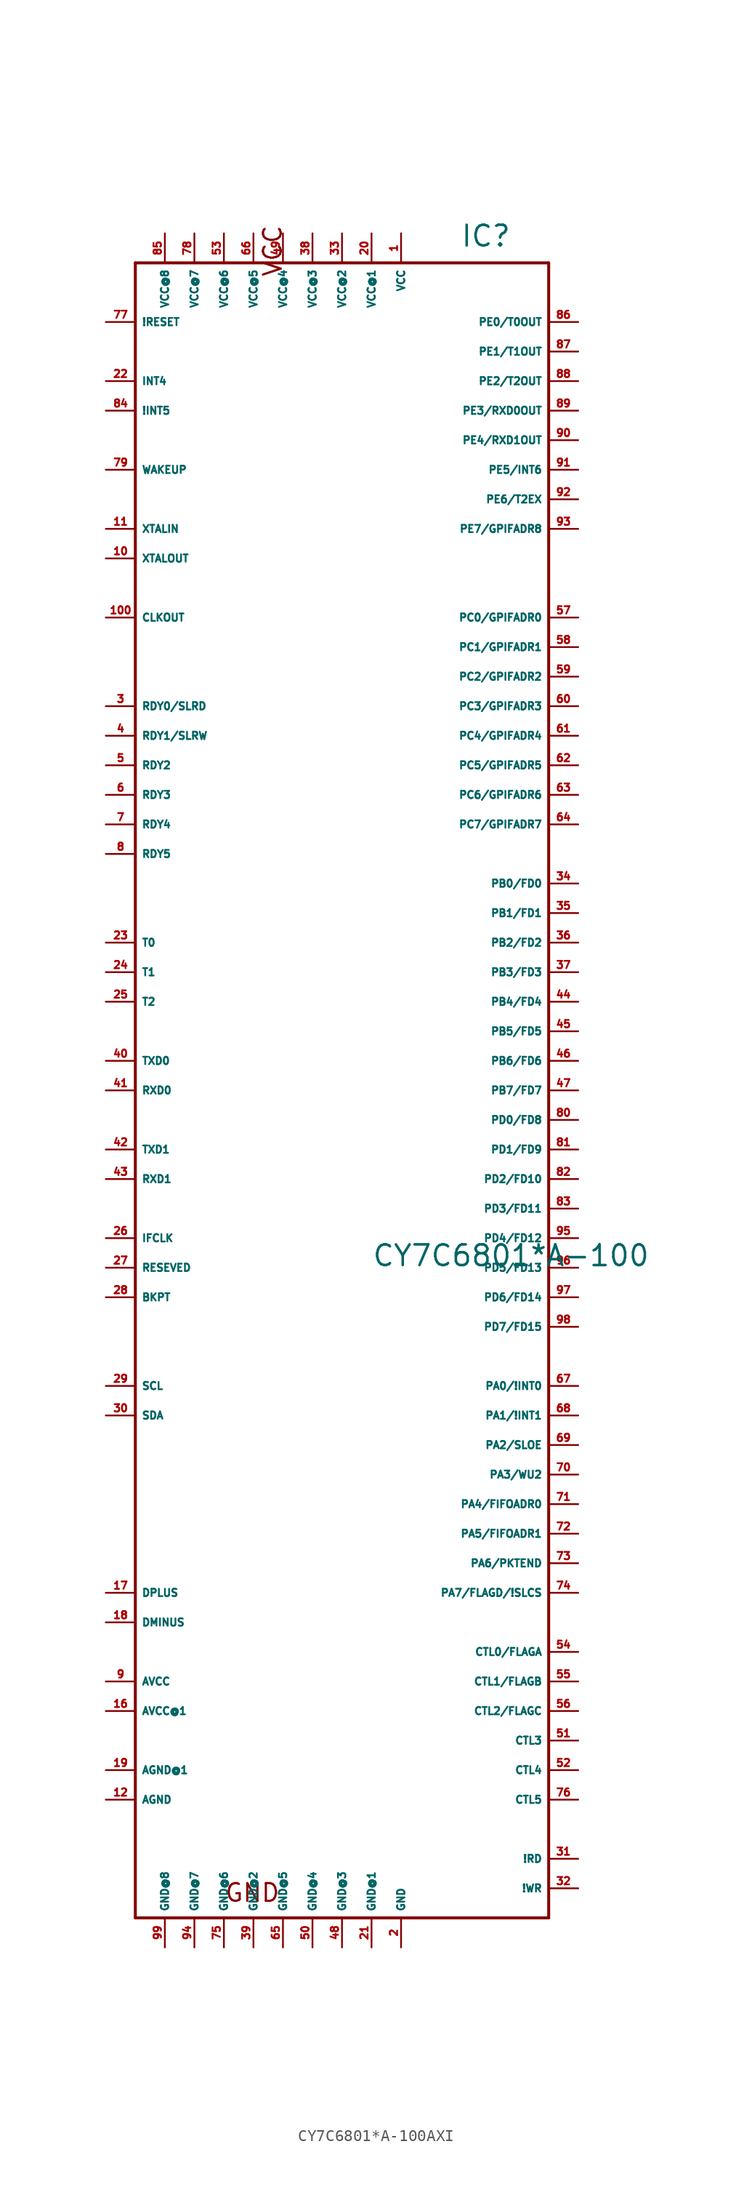
<source format=kicad_sym>
(kicad_symbol_lib
  (version 20220914)
  (generator Eagle2Kicad)
  (symbol "CY7C6801*A-100AXI"
    (property "Reference" "IC"
      (at 10.16 64.77 0)
      (effects (font (size 1.778 1.778) (thickness 0.22)) (justify left bottom)))
    (property "Value" "CY7C6801*A-100"
      (at 2.54 -22.86 0)
      (effects (font (size 1.778 1.778) (thickness 0.22)) (justify left bottom)))
    (polyline
      (pts (xy -17.78 63.5) (xy 17.78 63.5))
      (stroke (width 0.254) (type default))
      (fill (type none)))
    (polyline
      (pts (xy 17.78 63.5) (xy 17.78 -78.74))
      (stroke (width 0.254) (type default))
      (fill (type none)))
    (polyline
      (pts (xy 17.78 -78.74) (xy -17.78 -78.74))
      (stroke (width 0.254) (type default))
      (fill (type none)))
    (polyline
      (pts (xy -17.78 -78.74) (xy -17.78 63.5))
      (stroke (width 0.254) (type default))
      (fill (type none)))
    (text "GND"
      (at -10.16 -77.47 0)
      (effects (font (size 1.524 1.524) (thickness 0.19)) (justify left bottom)))
    (text "VCC"
      (at -5.08 62.23 1800)
      (effects (font (size 1.524 1.524) (thickness 0.19)) (justify left bottom)))
    (pin input line
      (at -20.32 33.02 0)
      (length 2.54)
      (name "CLKOUT" (effects (font (size 0.635 0.635) (thickness 0.08)) (justify left bottom)))
      (number "100" (effects (font (size 0.635 0.635) (thickness 0.08)) (justify left bottom))))
    (pin input line
      (at 5.08 66.04 270)
      (length 2.54)
      (name "VCC" (effects (font (size 0.635 0.635) (thickness 0.08)) (justify left bottom)))
      (number "1" (effects (font (size 0.635 0.635) (thickness 0.08)) (justify left bottom))))
    (pin input line
      (at 5.08 -81.28 90)
      (length 2.54)
      (name "GND" (effects (font (size 0.635 0.635) (thickness 0.08)) (justify left bottom)))
      (number "2" (effects (font (size 0.635 0.635) (thickness 0.08)) (justify left bottom))))
    (pin input line
      (at -20.32 25.4 0)
      (length 2.54)
      (name "RDY0/SLRD" (effects (font (size 0.635 0.635) (thickness 0.08)) (justify left bottom)))
      (number "3" (effects (font (size 0.635 0.635) (thickness 0.08)) (justify left bottom))))
    (pin input line
      (at -20.32 22.86 0)
      (length 2.54)
      (name "RDY1/SLRW" (effects (font (size 0.635 0.635) (thickness 0.08)) (justify left bottom)))
      (number "4" (effects (font (size 0.635 0.635) (thickness 0.08)) (justify left bottom))))
    (pin input line
      (at -20.32 20.32 0)
      (length 2.54)
      (name "RDY2" (effects (font (size 0.635 0.635) (thickness 0.08)) (justify left bottom)))
      (number "5" (effects (font (size 0.635 0.635) (thickness 0.08)) (justify left bottom))))
    (pin input line
      (at -20.32 17.78 0)
      (length 2.54)
      (name "RDY3" (effects (font (size 0.635 0.635) (thickness 0.08)) (justify left bottom)))
      (number "6" (effects (font (size 0.635 0.635) (thickness 0.08)) (justify left bottom))))
    (pin input line
      (at -20.32 15.24 0)
      (length 2.54)
      (name "RDY4" (effects (font (size 0.635 0.635) (thickness 0.08)) (justify left bottom)))
      (number "7" (effects (font (size 0.635 0.635) (thickness 0.08)) (justify left bottom))))
    (pin input line
      (at -20.32 12.7 0)
      (length 2.54)
      (name "RDY5" (effects (font (size 0.635 0.635) (thickness 0.08)) (justify left bottom)))
      (number "8" (effects (font (size 0.635 0.635) (thickness 0.08)) (justify left bottom))))
    (pin input line
      (at -20.32 -58.42 0)
      (length 2.54)
      (name "AVCC" (effects (font (size 0.635 0.635) (thickness 0.08)) (justify left bottom)))
      (number "9" (effects (font (size 0.635 0.635) (thickness 0.08)) (justify left bottom))))
    (pin input line
      (at -20.32 38.1 0)
      (length 2.54)
      (name "XTALOUT" (effects (font (size 0.635 0.635) (thickness 0.08)) (justify left bottom)))
      (number "10" (effects (font (size 0.635 0.635) (thickness 0.08)) (justify left bottom))))
    (pin input line
      (at -20.32 40.64 0)
      (length 2.54)
      (name "XTALIN" (effects (font (size 0.635 0.635) (thickness 0.08)) (justify left bottom)))
      (number "11" (effects (font (size 0.635 0.635) (thickness 0.08)) (justify left bottom))))
    (pin input line
      (at -20.32 -68.58 0)
      (length 2.54)
      (name "AGND" (effects (font (size 0.635 0.635) (thickness 0.08)) (justify left bottom)))
      (number "12" (effects (font (size 0.635 0.635) (thickness 0.08)) (justify left bottom))))
    (pin input line
      (at -20.32 -60.96 0)
      (length 2.54)
      (name "AVCC@1" (effects (font (size 0.635 0.635) (thickness 0.08)) (justify left bottom)))
      (number "16" (effects (font (size 0.635 0.635) (thickness 0.08)) (justify left bottom))))
    (pin bidirectional line
      (at -20.32 -50.8 0)
      (length 2.54)
      (name "DPLUS" (effects (font (size 0.635 0.635) (thickness 0.08)) (justify left bottom)))
      (number "17" (effects (font (size 0.635 0.635) (thickness 0.08)) (justify left bottom))))
    (pin bidirectional line
      (at -20.32 -53.34 0)
      (length 2.54)
      (name "DMINUS" (effects (font (size 0.635 0.635) (thickness 0.08)) (justify left bottom)))
      (number "18" (effects (font (size 0.635 0.635) (thickness 0.08)) (justify left bottom))))
    (pin input line
      (at -20.32 -66.04 0)
      (length 2.54)
      (name "AGND@1" (effects (font (size 0.635 0.635) (thickness 0.08)) (justify left bottom)))
      (number "19" (effects (font (size 0.635 0.635) (thickness 0.08)) (justify left bottom))))
    (pin input line
      (at 2.54 66.04 270)
      (length 2.54)
      (name "VCC@1" (effects (font (size 0.635 0.635) (thickness 0.08)) (justify left bottom)))
      (number "20" (effects (font (size 0.635 0.635) (thickness 0.08)) (justify left bottom))))
    (pin input line
      (at 2.54 -81.28 90)
      (length 2.54)
      (name "GND@1" (effects (font (size 0.635 0.635) (thickness 0.08)) (justify left bottom)))
      (number "21" (effects (font (size 0.635 0.635) (thickness 0.08)) (justify left bottom))))
    (pin output line
      (at -20.32 53.34 0)
      (length 2.54)
      (name "INT4" (effects (font (size 0.635 0.635) (thickness 0.08)) (justify left bottom)))
      (number "22" (effects (font (size 0.635 0.635) (thickness 0.08)) (justify left bottom))))
    (pin output line
      (at -20.32 5.08 0)
      (length 2.54)
      (name "T0" (effects (font (size 0.635 0.635) (thickness 0.08)) (justify left bottom)))
      (number "23" (effects (font (size 0.635 0.635) (thickness 0.08)) (justify left bottom))))
    (pin output line
      (at -20.32 2.54 0)
      (length 2.54)
      (name "T1" (effects (font (size 0.635 0.635) (thickness 0.08)) (justify left bottom)))
      (number "24" (effects (font (size 0.635 0.635) (thickness 0.08)) (justify left bottom))))
    (pin output line
      (at -20.32 0 0)
      (length 2.54)
      (name "T2" (effects (font (size 0.635 0.635) (thickness 0.08)) (justify left bottom)))
      (number "25" (effects (font (size 0.635 0.635) (thickness 0.08)) (justify left bottom))))
    (pin bidirectional line
      (at -20.32 -20.32 0)
      (length 2.54)
      (name "IFCLK" (effects (font (size 0.635 0.635) (thickness 0.08)) (justify left bottom)))
      (number "26" (effects (font (size 0.635 0.635) (thickness 0.08)) (justify left bottom))))
    (pin input line
      (at -20.32 -22.86 0)
      (length 2.54)
      (name "RESEVED" (effects (font (size 0.635 0.635) (thickness 0.08)) (justify left bottom)))
      (number "27" (effects (font (size 0.635 0.635) (thickness 0.08)) (justify left bottom))))
    (pin output line
      (at -20.32 -25.4 0)
      (length 2.54)
      (name "BKPT" (effects (font (size 0.635 0.635) (thickness 0.08)) (justify left bottom)))
      (number "28" (effects (font (size 0.635 0.635) (thickness 0.08)) (justify left bottom))))
    (pin output line
      (at -20.32 -33.02 0)
      (length 2.54)
      (name "SCL" (effects (font (size 0.635 0.635) (thickness 0.08)) (justify left bottom)))
      (number "29" (effects (font (size 0.635 0.635) (thickness 0.08)) (justify left bottom))))
    (pin bidirectional line
      (at -20.32 -35.56 0)
      (length 2.54)
      (name "SDA" (effects (font (size 0.635 0.635) (thickness 0.08)) (justify left bottom)))
      (number "30" (effects (font (size 0.635 0.635) (thickness 0.08)) (justify left bottom))))
    (pin output line
      (at 20.32 -73.66 180)
      (length 2.54)
      (name "!RD" (effects (font (size 0.635 0.635) (thickness 0.08)) (justify left bottom)))
      (number "31" (effects (font (size 0.635 0.635) (thickness 0.08)) (justify left bottom))))
    (pin output line
      (at 20.32 -76.2 180)
      (length 2.54)
      (name "!WR" (effects (font (size 0.635 0.635) (thickness 0.08)) (justify left bottom)))
      (number "32" (effects (font (size 0.635 0.635) (thickness 0.08)) (justify left bottom))))
    (pin input line
      (at 0 66.04 270)
      (length 2.54)
      (name "VCC@2" (effects (font (size 0.635 0.635) (thickness 0.08)) (justify left bottom)))
      (number "33" (effects (font (size 0.635 0.635) (thickness 0.08)) (justify left bottom))))
    (pin bidirectional line
      (at 20.32 10.16 180)
      (length 2.54)
      (name "PB0/FD0" (effects (font (size 0.635 0.635) (thickness 0.08)) (justify left bottom)))
      (number "34" (effects (font (size 0.635 0.635) (thickness 0.08)) (justify left bottom))))
    (pin bidirectional line
      (at 20.32 7.62 180)
      (length 2.54)
      (name "PB1/FD1" (effects (font (size 0.635 0.635) (thickness 0.08)) (justify left bottom)))
      (number "35" (effects (font (size 0.635 0.635) (thickness 0.08)) (justify left bottom))))
    (pin bidirectional line
      (at 20.32 5.08 180)
      (length 2.54)
      (name "PB2/FD2" (effects (font (size 0.635 0.635) (thickness 0.08)) (justify left bottom)))
      (number "36" (effects (font (size 0.635 0.635) (thickness 0.08)) (justify left bottom))))
    (pin bidirectional line
      (at 20.32 2.54 180)
      (length 2.54)
      (name "PB3/FD3" (effects (font (size 0.635 0.635) (thickness 0.08)) (justify left bottom)))
      (number "37" (effects (font (size 0.635 0.635) (thickness 0.08)) (justify left bottom))))
    (pin input line
      (at -2.54 66.04 270)
      (length 2.54)
      (name "VCC@3" (effects (font (size 0.635 0.635) (thickness 0.08)) (justify left bottom)))
      (number "38" (effects (font (size 0.635 0.635) (thickness 0.08)) (justify left bottom))))
    (pin input line
      (at 0 -81.28 90)
      (length 2.54)
      (name "GND@3" (effects (font (size 0.635 0.635) (thickness 0.08)) (justify left bottom)))
      (number "48" (effects (font (size 0.635 0.635) (thickness 0.08)) (justify left bottom))))
    (pin input line
      (at -20.32 -5.08 0)
      (length 2.54)
      (name "TXD0" (effects (font (size 0.635 0.635) (thickness 0.08)) (justify left bottom)))
      (number "40" (effects (font (size 0.635 0.635) (thickness 0.08)) (justify left bottom))))
    (pin input line
      (at -20.32 -12.7 0)
      (length 2.54)
      (name "TXD1" (effects (font (size 0.635 0.635) (thickness 0.08)) (justify left bottom)))
      (number "42" (effects (font (size 0.635 0.635) (thickness 0.08)) (justify left bottom))))
    (pin output line
      (at -20.32 -7.62 0)
      (length 2.54)
      (name "RXD0" (effects (font (size 0.635 0.635) (thickness 0.08)) (justify left bottom)))
      (number "41" (effects (font (size 0.635 0.635) (thickness 0.08)) (justify left bottom))))
    (pin output line
      (at -20.32 -15.24 0)
      (length 2.54)
      (name "RXD1" (effects (font (size 0.635 0.635) (thickness 0.08)) (justify left bottom)))
      (number "43" (effects (font (size 0.635 0.635) (thickness 0.08)) (justify left bottom))))
    (pin bidirectional line
      (at 20.32 0 180)
      (length 2.54)
      (name "PB4/FD4" (effects (font (size 0.635 0.635) (thickness 0.08)) (justify left bottom)))
      (number "44" (effects (font (size 0.635 0.635) (thickness 0.08)) (justify left bottom))))
    (pin bidirectional line
      (at 20.32 -2.54 180)
      (length 2.54)
      (name "PB5/FD5" (effects (font (size 0.635 0.635) (thickness 0.08)) (justify left bottom)))
      (number "45" (effects (font (size 0.635 0.635) (thickness 0.08)) (justify left bottom))))
    (pin bidirectional line
      (at 20.32 -5.08 180)
      (length 2.54)
      (name "PB6/FD6" (effects (font (size 0.635 0.635) (thickness 0.08)) (justify left bottom)))
      (number "46" (effects (font (size 0.635 0.635) (thickness 0.08)) (justify left bottom))))
    (pin bidirectional line
      (at 20.32 -7.62 180)
      (length 2.54)
      (name "PB7/FD7" (effects (font (size 0.635 0.635) (thickness 0.08)) (justify left bottom)))
      (number "47" (effects (font (size 0.635 0.635) (thickness 0.08)) (justify left bottom))))
    (pin input line
      (at -2.54 -81.28 90)
      (length 2.54)
      (name "GND@4" (effects (font (size 0.635 0.635) (thickness 0.08)) (justify left bottom)))
      (number "50" (effects (font (size 0.635 0.635) (thickness 0.08)) (justify left bottom))))
    (pin input line
      (at -5.08 66.04 270)
      (length 2.54)
      (name "VCC@4" (effects (font (size 0.635 0.635) (thickness 0.08)) (justify left bottom)))
      (number "49" (effects (font (size 0.635 0.635) (thickness 0.08)) (justify left bottom))))
    (pin input line
      (at -5.08 -81.28 90)
      (length 2.54)
      (name "GND@5" (effects (font (size 0.635 0.635) (thickness 0.08)) (justify left bottom)))
      (number "65" (effects (font (size 0.635 0.635) (thickness 0.08)) (justify left bottom))))
    (pin input line
      (at -7.62 66.04 270)
      (length 2.54)
      (name "VCC@5" (effects (font (size 0.635 0.635) (thickness 0.08)) (justify left bottom)))
      (number "66" (effects (font (size 0.635 0.635) (thickness 0.08)) (justify left bottom))))
    (pin input line
      (at 20.32 -63.5 180)
      (length 2.54)
      (name "CTL3" (effects (font (size 0.635 0.635) (thickness 0.08)) (justify left bottom)))
      (number "51" (effects (font (size 0.635 0.635) (thickness 0.08)) (justify left bottom))))
    (pin input line
      (at 20.32 -66.04 180)
      (length 2.54)
      (name "CTL4" (effects (font (size 0.635 0.635) (thickness 0.08)) (justify left bottom)))
      (number "52" (effects (font (size 0.635 0.635) (thickness 0.08)) (justify left bottom))))
    (pin output line
      (at 20.32 -55.88 180)
      (length 2.54)
      (name "CTL0/FLAGA" (effects (font (size 0.635 0.635) (thickness 0.08)) (justify left bottom)))
      (number "54" (effects (font (size 0.635 0.635) (thickness 0.08)) (justify left bottom))))
    (pin output line
      (at 20.32 -58.42 180)
      (length 2.54)
      (name "CTL1/FLAGB" (effects (font (size 0.635 0.635) (thickness 0.08)) (justify left bottom)))
      (number "55" (effects (font (size 0.635 0.635) (thickness 0.08)) (justify left bottom))))
    (pin output line
      (at 20.32 -60.96 180)
      (length 2.54)
      (name "CTL2/FLAGC" (effects (font (size 0.635 0.635) (thickness 0.08)) (justify left bottom)))
      (number "56" (effects (font (size 0.635 0.635) (thickness 0.08)) (justify left bottom))))
    (pin bidirectional line
      (at 20.32 33.02 180)
      (length 2.54)
      (name "PC0/GPIFADR0" (effects (font (size 0.635 0.635) (thickness 0.08)) (justify left bottom)))
      (number "57" (effects (font (size 0.635 0.635) (thickness 0.08)) (justify left bottom))))
    (pin bidirectional line
      (at 20.32 30.48 180)
      (length 2.54)
      (name "PC1/GPIFADR1" (effects (font (size 0.635 0.635) (thickness 0.08)) (justify left bottom)))
      (number "58" (effects (font (size 0.635 0.635) (thickness 0.08)) (justify left bottom))))
    (pin bidirectional line
      (at 20.32 27.94 180)
      (length 2.54)
      (name "PC2/GPIFADR2" (effects (font (size 0.635 0.635) (thickness 0.08)) (justify left bottom)))
      (number "59" (effects (font (size 0.635 0.635) (thickness 0.08)) (justify left bottom))))
    (pin bidirectional line
      (at 20.32 25.4 180)
      (length 2.54)
      (name "PC3/GPIFADR3" (effects (font (size 0.635 0.635) (thickness 0.08)) (justify left bottom)))
      (number "60" (effects (font (size 0.635 0.635) (thickness 0.08)) (justify left bottom))))
    (pin bidirectional line
      (at 20.32 22.86 180)
      (length 2.54)
      (name "PC4/GPIFADR4" (effects (font (size 0.635 0.635) (thickness 0.08)) (justify left bottom)))
      (number "61" (effects (font (size 0.635 0.635) (thickness 0.08)) (justify left bottom))))
    (pin bidirectional line
      (at 20.32 20.32 180)
      (length 2.54)
      (name "PC5/GPIFADR5" (effects (font (size 0.635 0.635) (thickness 0.08)) (justify left bottom)))
      (number "62" (effects (font (size 0.635 0.635) (thickness 0.08)) (justify left bottom))))
    (pin bidirectional line
      (at 20.32 17.78 180)
      (length 2.54)
      (name "PC6/GPIFADR6" (effects (font (size 0.635 0.635) (thickness 0.08)) (justify left bottom)))
      (number "63" (effects (font (size 0.635 0.635) (thickness 0.08)) (justify left bottom))))
    (pin bidirectional line
      (at 20.32 15.24 180)
      (length 2.54)
      (name "PC7/GPIFADR7" (effects (font (size 0.635 0.635) (thickness 0.08)) (justify left bottom)))
      (number "64" (effects (font (size 0.635 0.635) (thickness 0.08)) (justify left bottom))))
    (pin bidirectional line
      (at 20.32 -33.02 180)
      (length 2.54)
      (name "PA0/!INT0" (effects (font (size 0.635 0.635) (thickness 0.08)) (justify left bottom)))
      (number "67" (effects (font (size 0.635 0.635) (thickness 0.08)) (justify left bottom))))
    (pin bidirectional line
      (at 20.32 -35.56 180)
      (length 2.54)
      (name "PA1/!INT1" (effects (font (size 0.635 0.635) (thickness 0.08)) (justify left bottom)))
      (number "68" (effects (font (size 0.635 0.635) (thickness 0.08)) (justify left bottom))))
    (pin bidirectional line
      (at 20.32 -38.1 180)
      (length 2.54)
      (name "PA2/SLOE" (effects (font (size 0.635 0.635) (thickness 0.08)) (justify left bottom)))
      (number "69" (effects (font (size 0.635 0.635) (thickness 0.08)) (justify left bottom))))
    (pin bidirectional line
      (at 20.32 -40.64 180)
      (length 2.54)
      (name "PA3/WU2" (effects (font (size 0.635 0.635) (thickness 0.08)) (justify left bottom)))
      (number "70" (effects (font (size 0.635 0.635) (thickness 0.08)) (justify left bottom))))
    (pin bidirectional line
      (at 20.32 -43.18 180)
      (length 2.54)
      (name "PA4/FIFOADR0" (effects (font (size 0.635 0.635) (thickness 0.08)) (justify left bottom)))
      (number "71" (effects (font (size 0.635 0.635) (thickness 0.08)) (justify left bottom))))
    (pin bidirectional line
      (at 20.32 -45.72 180)
      (length 2.54)
      (name "PA5/FIFOADR1" (effects (font (size 0.635 0.635) (thickness 0.08)) (justify left bottom)))
      (number "72" (effects (font (size 0.635 0.635) (thickness 0.08)) (justify left bottom))))
    (pin bidirectional line
      (at 20.32 -48.26 180)
      (length 2.54)
      (name "PA6/PKTEND" (effects (font (size 0.635 0.635) (thickness 0.08)) (justify left bottom)))
      (number "73" (effects (font (size 0.635 0.635) (thickness 0.08)) (justify left bottom))))
    (pin bidirectional line
      (at 20.32 -50.8 180)
      (length 2.54)
      (name "PA7/FLAGD/!SLCS" (effects (font (size 0.635 0.635) (thickness 0.08)) (justify left bottom)))
      (number "74" (effects (font (size 0.635 0.635) (thickness 0.08)) (justify left bottom))))
    (pin bidirectional line
      (at 20.32 -68.58 180)
      (length 2.54)
      (name "CTL5" (effects (font (size 0.635 0.635) (thickness 0.08)) (justify left bottom)))
      (number "76" (effects (font (size 0.635 0.635) (thickness 0.08)) (justify left bottom))))
    (pin bidirectional line
      (at -20.32 58.42 0)
      (length 2.54)
      (name "!RESET" (effects (font (size 0.635 0.635) (thickness 0.08)) (justify left bottom)))
      (number "77" (effects (font (size 0.635 0.635) (thickness 0.08)) (justify left bottom))))
    (pin bidirectional line
      (at 20.32 -10.16 180)
      (length 2.54)
      (name "PD0/FD8" (effects (font (size 0.635 0.635) (thickness 0.08)) (justify left bottom)))
      (number "80" (effects (font (size 0.635 0.635) (thickness 0.08)) (justify left bottom))))
    (pin bidirectional line
      (at 20.32 -12.7 180)
      (length 2.54)
      (name "PD1/FD9" (effects (font (size 0.635 0.635) (thickness 0.08)) (justify left bottom)))
      (number "81" (effects (font (size 0.635 0.635) (thickness 0.08)) (justify left bottom))))
    (pin bidirectional line
      (at 20.32 -15.24 180)
      (length 2.54)
      (name "PD2/FD10" (effects (font (size 0.635 0.635) (thickness 0.08)) (justify left bottom)))
      (number "82" (effects (font (size 0.635 0.635) (thickness 0.08)) (justify left bottom))))
    (pin bidirectional line
      (at 20.32 -17.78 180)
      (length 2.54)
      (name "PD3/FD11" (effects (font (size 0.635 0.635) (thickness 0.08)) (justify left bottom)))
      (number "83" (effects (font (size 0.635 0.635) (thickness 0.08)) (justify left bottom))))
    (pin bidirectional line
      (at 20.32 -20.32 180)
      (length 2.54)
      (name "PD4/FD12" (effects (font (size 0.635 0.635) (thickness 0.08)) (justify left bottom)))
      (number "95" (effects (font (size 0.635 0.635) (thickness 0.08)) (justify left bottom))))
    (pin bidirectional line
      (at 20.32 -22.86 180)
      (length 2.54)
      (name "PD5/FD13" (effects (font (size 0.635 0.635) (thickness 0.08)) (justify left bottom)))
      (number "96" (effects (font (size 0.635 0.635) (thickness 0.08)) (justify left bottom))))
    (pin bidirectional line
      (at 20.32 -25.4 180)
      (length 2.54)
      (name "PD6/FD14" (effects (font (size 0.635 0.635) (thickness 0.08)) (justify left bottom)))
      (number "97" (effects (font (size 0.635 0.635) (thickness 0.08)) (justify left bottom))))
    (pin bidirectional line
      (at 20.32 -27.94 180)
      (length 2.54)
      (name "PD7/FD15" (effects (font (size 0.635 0.635) (thickness 0.08)) (justify left bottom)))
      (number "98" (effects (font (size 0.635 0.635) (thickness 0.08)) (justify left bottom))))
    (pin output line
      (at -20.32 50.8 0)
      (length 2.54)
      (name "!INT5" (effects (font (size 0.635 0.635) (thickness 0.08)) (justify left bottom)))
      (number "84" (effects (font (size 0.635 0.635) (thickness 0.08)) (justify left bottom))))
    (pin bidirectional line
      (at 20.32 58.42 180)
      (length 2.54)
      (name "PE0/T0OUT" (effects (font (size 0.635 0.635) (thickness 0.08)) (justify left bottom)))
      (number "86" (effects (font (size 0.635 0.635) (thickness 0.08)) (justify left bottom))))
    (pin bidirectional line
      (at 20.32 55.88 180)
      (length 2.54)
      (name "PE1/T1OUT" (effects (font (size 0.635 0.635) (thickness 0.08)) (justify left bottom)))
      (number "87" (effects (font (size 0.635 0.635) (thickness 0.08)) (justify left bottom))))
    (pin bidirectional line
      (at 20.32 53.34 180)
      (length 2.54)
      (name "PE2/T2OUT" (effects (font (size 0.635 0.635) (thickness 0.08)) (justify left bottom)))
      (number "88" (effects (font (size 0.635 0.635) (thickness 0.08)) (justify left bottom))))
    (pin bidirectional line
      (at 20.32 50.8 180)
      (length 2.54)
      (name "PE3/RXD0OUT" (effects (font (size 0.635 0.635) (thickness 0.08)) (justify left bottom)))
      (number "89" (effects (font (size 0.635 0.635) (thickness 0.08)) (justify left bottom))))
    (pin bidirectional line
      (at 20.32 48.26 180)
      (length 2.54)
      (name "PE4/RXD1OUT" (effects (font (size 0.635 0.635) (thickness 0.08)) (justify left bottom)))
      (number "90" (effects (font (size 0.635 0.635) (thickness 0.08)) (justify left bottom))))
    (pin bidirectional line
      (at 20.32 45.72 180)
      (length 2.54)
      (name "PE5/INT6" (effects (font (size 0.635 0.635) (thickness 0.08)) (justify left bottom)))
      (number "91" (effects (font (size 0.635 0.635) (thickness 0.08)) (justify left bottom))))
    (pin bidirectional line
      (at 20.32 43.18 180)
      (length 2.54)
      (name "PE6/T2EX" (effects (font (size 0.635 0.635) (thickness 0.08)) (justify left bottom)))
      (number "92" (effects (font (size 0.635 0.635) (thickness 0.08)) (justify left bottom))))
    (pin bidirectional line
      (at 20.32 40.64 180)
      (length 2.54)
      (name "PE7/GPIFADR8" (effects (font (size 0.635 0.635) (thickness 0.08)) (justify left bottom)))
      (number "93" (effects (font (size 0.635 0.635) (thickness 0.08)) (justify left bottom))))
    (pin input line
      (at -20.32 45.72 0)
      (length 2.54)
      (name "WAKEUP" (effects (font (size 0.635 0.635) (thickness 0.08)) (justify left bottom)))
      (number "79" (effects (font (size 0.635 0.635) (thickness 0.08)) (justify left bottom))))
    (pin input line
      (at -10.16 66.04 270)
      (length 2.54)
      (name "VCC@6" (effects (font (size 0.635 0.635) (thickness 0.08)) (justify left bottom)))
      (number "53" (effects (font (size 0.635 0.635) (thickness 0.08)) (justify left bottom))))
    (pin input line
      (at -12.7 66.04 270)
      (length 2.54)
      (name "VCC@7" (effects (font (size 0.635 0.635) (thickness 0.08)) (justify left bottom)))
      (number "78" (effects (font (size 0.635 0.635) (thickness 0.08)) (justify left bottom))))
    (pin input line
      (at -7.62 -81.28 90)
      (length 2.54)
      (name "GND@2" (effects (font (size 0.635 0.635) (thickness 0.08)) (justify left bottom)))
      (number "39" (effects (font (size 0.635 0.635) (thickness 0.08)) (justify left bottom))))
    (pin input line
      (at -10.16 -81.28 90)
      (length 2.54)
      (name "GND@6" (effects (font (size 0.635 0.635) (thickness 0.08)) (justify left bottom)))
      (number "75" (effects (font (size 0.635 0.635) (thickness 0.08)) (justify left bottom))))
    (pin input line
      (at -15.24 66.04 270)
      (length 2.54)
      (name "VCC@8" (effects (font (size 0.635 0.635) (thickness 0.08)) (justify left bottom)))
      (number "85" (effects (font (size 0.635 0.635) (thickness 0.08)) (justify left bottom))))
    (pin input line
      (at -12.7 -81.28 90)
      (length 2.54)
      (name "GND@7" (effects (font (size 0.635 0.635) (thickness 0.08)) (justify left bottom)))
      (number "94" (effects (font (size 0.635 0.635) (thickness 0.08)) (justify left bottom))))
    (pin input line
      (at -15.24 -81.28 90)
      (length 2.54)
      (name "GND@8" (effects (font (size 0.635 0.635) (thickness 0.08)) (justify left bottom)))
      (number "99" (effects (font (size 0.635 0.635) (thickness 0.08)) (justify left bottom))))))
</source>
